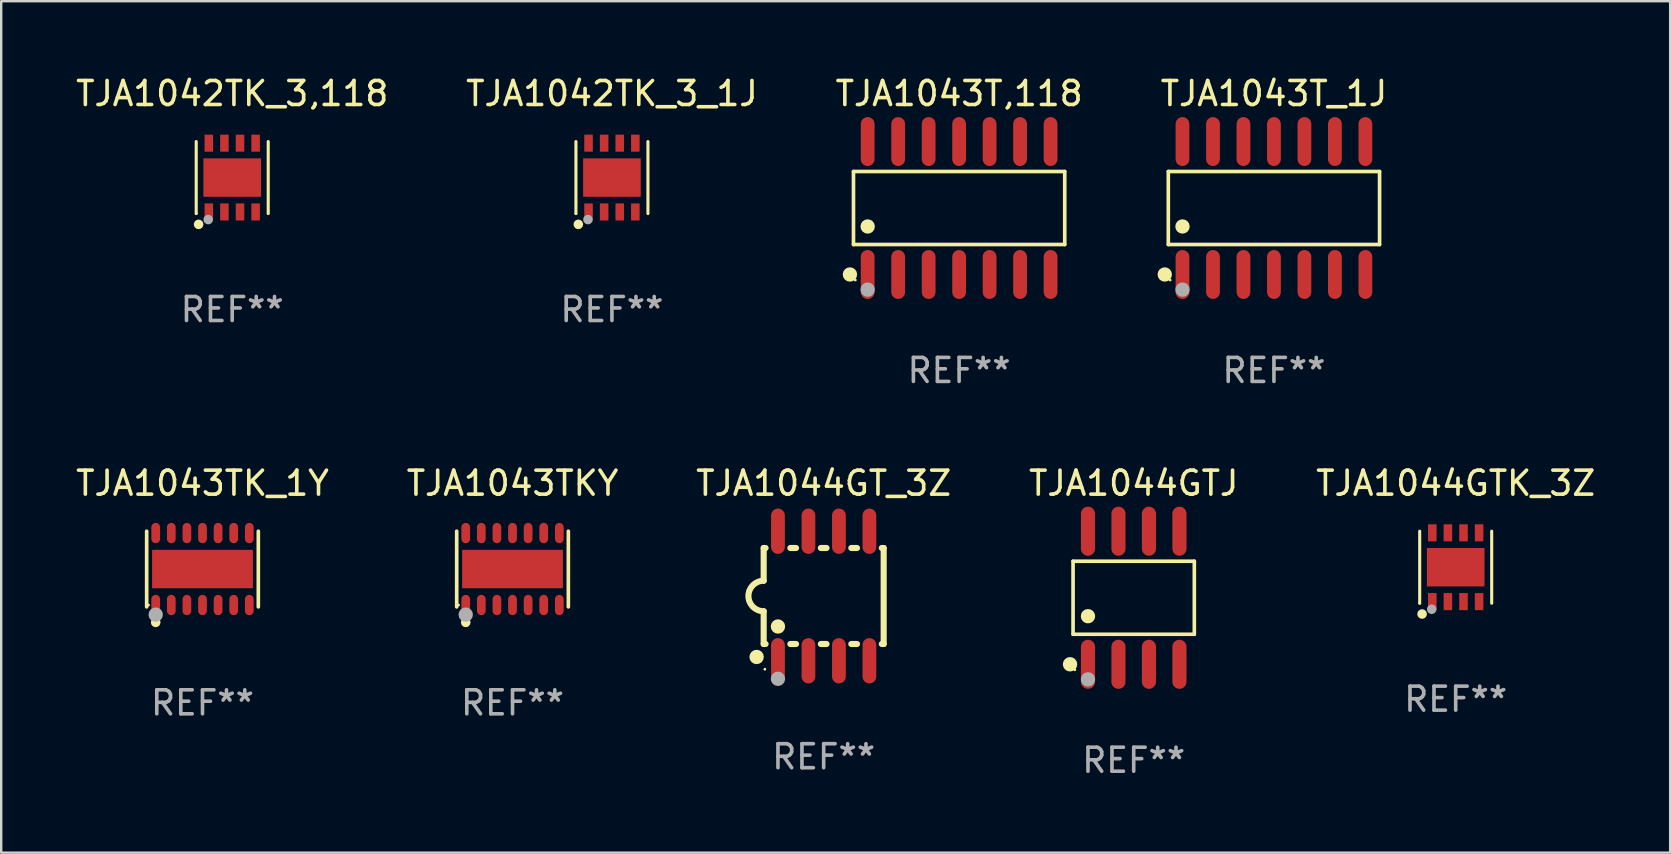
<source format=kicad_pcb>
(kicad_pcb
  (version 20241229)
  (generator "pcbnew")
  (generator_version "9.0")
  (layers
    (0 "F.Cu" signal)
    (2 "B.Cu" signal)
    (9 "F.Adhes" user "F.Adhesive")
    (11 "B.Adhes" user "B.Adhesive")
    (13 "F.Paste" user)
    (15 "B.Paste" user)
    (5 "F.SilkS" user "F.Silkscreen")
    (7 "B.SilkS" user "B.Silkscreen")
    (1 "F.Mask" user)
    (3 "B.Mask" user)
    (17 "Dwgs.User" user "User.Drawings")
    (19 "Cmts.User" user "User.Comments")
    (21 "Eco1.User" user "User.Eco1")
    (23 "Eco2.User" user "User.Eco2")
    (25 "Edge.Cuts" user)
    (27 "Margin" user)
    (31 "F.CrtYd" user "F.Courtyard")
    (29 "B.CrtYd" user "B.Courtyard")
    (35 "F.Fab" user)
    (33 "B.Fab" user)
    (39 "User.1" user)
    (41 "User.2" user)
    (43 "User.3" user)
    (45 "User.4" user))
  (footprint "TJA1042TK_3_1J"
    (layer "F.Cu")
    (at 22.446 4.348)
    (property "Reference" "TJA1042TK_3_1J" (at 0 -3.5 0) (layer "F.SilkS") (effects (font (size 1 1) (thickness 0.15))))
    (attr through_hole)
    (fp_line (start -1.5 1.5) (end -1.5 -1.5) (stroke (width 0.129) (type solid)) (layer "F.SilkS"))
    (fp_line (start 1.5 -1.5) (end 1.5 1.5) (stroke (width 0.129) (type solid)) (layer "F.SilkS"))
    (fp_circle (center -1.5 1.5) (end -1.47 1.5) (stroke (width 0.06) (type solid)) (fill no) (layer "F.SilkS"))
    (fp_circle (center -1.4 1.95) (end -1.3 1.95) (stroke (width 0.2) (type solid)) (fill no) (layer "F.SilkS"))
    (fp_circle (center -1 1.75) (end -0.9 1.75) (stroke (width 0.2) (type solid)) (fill no) (layer "F.Fab"))
    (fp_text user "REF**" (at 0 5.5 0) (layer "F.Fab") (effects (font (size 1 1) (thickness 0.15))))
    (pad "1" smd rect (at -0.975 1.433) (size 0.356 0.711) (layers "F.Cu" "F.Mask" "F.Paste"))
    (pad "2" smd rect (at -0.325 1.433) (size 0.356 0.711) (layers "F.Cu" "F.Mask" "F.Paste"))
    (pad "3" smd rect (at 0.325 1.433) (size 0.356 0.711) (layers "F.Cu" "F.Mask" "F.Paste"))
    (pad "4" smd rect (at 0.975 1.433) (size 0.356 0.711) (layers "F.Cu" "F.Mask" "F.Paste"))
    (pad "5" smd rect (at 0.975 -1.433) (size 0.356 0.711) (layers "F.Cu" "F.Mask" "F.Paste"))
    (pad "6" smd rect (at 0.325 -1.433) (size 0.356 0.711) (layers "F.Cu" "F.Mask" "F.Paste"))
    (pad "7" smd rect (at -0.325 -1.433) (size 0.356 0.711) (layers "F.Cu" "F.Mask" "F.Paste"))
    (pad "8" smd rect (at -0.975 -1.433) (size 0.356 0.711) (layers "F.Cu" "F.Mask" "F.Paste"))
    (pad "9" smd rect (at 0 0) (size 2.4 1.6) (layers "F.Cu" "F.Mask" "F.Paste")))
  (footprint "TJA1042TK_3,118"
    (layer "F.Cu")
    (at 6.625 4.348)
    (property "Reference" "TJA1042TK_3,118" (at 0 -3.5 0) (layer "F.SilkS") (effects (font (size 1 1) (thickness 0.15))))
    (attr through_hole)
    (fp_line (start -1.5 1.5) (end -1.5 -1.5) (stroke (width 0.129) (type solid)) (layer "F.SilkS"))
    (fp_line (start 1.5 -1.5) (end 1.5 1.5) (stroke (width 0.129) (type solid)) (layer "F.SilkS"))
    (fp_circle (center -1.5 1.5) (end -1.47 1.5) (stroke (width 0.06) (type solid)) (fill no) (layer "F.SilkS"))
    (fp_circle (center -1.4 1.95) (end -1.3 1.95) (stroke (width 0.2) (type solid)) (fill no) (layer "F.SilkS"))
    (fp_circle (center -1 1.75) (end -0.9 1.75) (stroke (width 0.2) (type solid)) (fill no) (layer "F.Fab"))
    (fp_text user "REF**" (at 0 5.5 0) (layer "F.Fab") (effects (font (size 1 1) (thickness 0.15))))
    (pad "1" smd rect (at -0.975 1.433) (size 0.356 0.711) (layers "F.Cu" "F.Mask" "F.Paste"))
    (pad "2" smd rect (at -0.325 1.433) (size 0.356 0.711) (layers "F.Cu" "F.Mask" "F.Paste"))
    (pad "3" smd rect (at 0.325 1.433) (size 0.356 0.711) (layers "F.Cu" "F.Mask" "F.Paste"))
    (pad "4" smd rect (at 0.975 1.433) (size 0.356 0.711) (layers "F.Cu" "F.Mask" "F.Paste"))
    (pad "5" smd rect (at 0.975 -1.433) (size 0.356 0.711) (layers "F.Cu" "F.Mask" "F.Paste"))
    (pad "6" smd rect (at 0.325 -1.433) (size 0.356 0.711) (layers "F.Cu" "F.Mask" "F.Paste"))
    (pad "7" smd rect (at -0.325 -1.433) (size 0.356 0.711) (layers "F.Cu" "F.Mask" "F.Paste"))
    (pad "8" smd rect (at -0.975 -1.433) (size 0.356 0.711) (layers "F.Cu" "F.Mask" "F.Paste"))
    (pad "9" smd rect (at 0 0) (size 2.4 1.6) (layers "F.Cu" "F.Mask" "F.Paste")))
  (footprint "TJA1044GTJ"
    (layer "F.Cu")
    (at 44.185 21.855)
    (property "Reference" "TJA1044GTJ" (at 0 -4.772 0) (layer "F.SilkS") (effects (font (size 1 1) (thickness 0.15))))
    (attr through_hole)
    (fp_line (start -2.526 -1.521) (end 2.526 -1.521) (stroke (width 0.152) (type solid)) (layer "F.SilkS"))
    (fp_line (start -2.526 1.521) (end -2.526 -1.521) (stroke (width 0.152) (type solid)) (layer "F.SilkS"))
    (fp_line (start 2.526 -1.521) (end 2.526 1.521) (stroke (width 0.152) (type solid)) (layer "F.SilkS"))
    (fp_line (start 2.526 1.521) (end -2.526 1.521) (stroke (width 0.152) (type solid)) (layer "F.SilkS"))
    (fp_circle (center -2.652 2.772) (end -2.501 2.772) (stroke (width 0.3) (type solid)) (fill no) (layer "F.SilkS"))
    (fp_circle (center -2.45 3) (end -2.42 3) (stroke (width 0.06) (type solid)) (fill no) (layer "F.SilkS"))
    (fp_circle (center -1.905 0.769) (end -1.755 0.769) (stroke (width 0.3) (type solid)) (fill no) (layer "F.SilkS"))
    (fp_circle (center -1.905 3.4) (end -1.755 3.4) (stroke (width 0.3) (type solid)) (fill no) (layer "F.Fab"))
    (fp_text user "REF**" (at 0 6.772 0) (layer "F.Fab") (effects (font (size 1 1) (thickness 0.15))))
    (pad "1" smd oval (at -1.905 2.772) (size 0.588 2.045) (layers "F.Cu" "F.Mask" "F.Paste"))
    (pad "2" smd oval (at -0.635 2.772) (size 0.588 2.045) (layers "F.Cu" "F.Mask" "F.Paste"))
    (pad "3" smd oval (at 0.635 2.772) (size 0.588 2.045) (layers "F.Cu" "F.Mask" "F.Paste"))
    (pad "4" smd oval (at 1.905 2.772) (size 0.588 2.045) (layers "F.Cu" "F.Mask" "F.Paste"))
    (pad "5" smd oval (at 1.905 -2.772) (size 0.588 2.045) (layers "F.Cu" "F.Mask" "F.Paste"))
    (pad "6" smd oval (at 0.635 -2.772) (size 0.588 2.045) (layers "F.Cu" "F.Mask" "F.Paste"))
    (pad "7" smd oval (at -0.635 -2.772) (size 0.588 2.045) (layers "F.Cu" "F.Mask" "F.Paste"))
    (pad "8" smd oval (at -1.905 -2.772) (size 0.588 2.045) (layers "F.Cu" "F.Mask" "F.Paste")))
  (footprint "TJA1043T,118"
    (layer "F.Cu")
    (at 36.911 5.617)
    (property "Reference" "TJA1043T,118" (at 0 -4.769 0) (layer "F.SilkS") (effects (font (size 1 1) (thickness 0.15))))
    (attr through_hole)
    (fp_line (start -4.401 -1.521) (end 4.401 -1.521) (stroke (width 0.152) (type solid)) (layer "F.SilkS"))
    (fp_line (start -4.401 1.521) (end -4.401 -1.521) (stroke (width 0.152) (type solid)) (layer "F.SilkS"))
    (fp_line (start 4.401 -1.521) (end 4.401 1.521) (stroke (width 0.152) (type solid)) (layer "F.SilkS"))
    (fp_line (start 4.401 1.521) (end -4.401 1.521) (stroke (width 0.152) (type solid)) (layer "F.SilkS"))
    (fp_circle (center -4.549 2.769) (end -4.399 2.769) (stroke (width 0.3) (type solid)) (fill no) (layer "F.SilkS"))
    (fp_circle (center -4.325 3) (end -4.295 3) (stroke (width 0.06) (type solid)) (fill no) (layer "F.SilkS"))
    (fp_circle (center -3.81 0.769) (end -3.66 0.769) (stroke (width 0.3) (type solid)) (fill no) (layer "F.SilkS"))
    (fp_circle (center -3.81 3.4) (end -3.66 3.4) (stroke (width 0.3) (type solid)) (fill no) (layer "F.Fab"))
    (fp_text user "REF**" (at 0 6.769 0) (layer "F.Fab") (effects (font (size 1 1) (thickness 0.15))))
    (pad "1" smd oval (at -3.81 2.769) (size 0.574 2.038) (layers "F.Cu" "F.Mask" "F.Paste"))
    (pad "2" smd oval (at -2.54 2.769) (size 0.574 2.038) (layers "F.Cu" "F.Mask" "F.Paste"))
    (pad "3" smd oval (at -1.27 2.769) (size 0.574 2.038) (layers "F.Cu" "F.Mask" "F.Paste"))
    (pad "4" smd oval (at 0 2.769) (size 0.574 2.038) (layers "F.Cu" "F.Mask" "F.Paste"))
    (pad "5" smd oval (at 1.27 2.769) (size 0.574 2.038) (layers "F.Cu" "F.Mask" "F.Paste"))
    (pad "6" smd oval (at 2.54 2.769) (size 0.574 2.038) (layers "F.Cu" "F.Mask" "F.Paste"))
    (pad "7" smd oval (at 3.81 2.769) (size 0.574 2.038) (layers "F.Cu" "F.Mask" "F.Paste"))
    (pad "8" smd oval (at 3.81 -2.769) (size 0.574 2.038) (layers "F.Cu" "F.Mask" "F.Paste"))
    (pad "9" smd oval (at 2.54 -2.769) (size 0.574 2.038) (layers "F.Cu" "F.Mask" "F.Paste"))
    (pad "10" smd oval (at 1.27 -2.769) (size 0.574 2.038) (layers "F.Cu" "F.Mask" "F.Paste"))
    (pad "11" smd oval (at 0 -2.769) (size 0.574 2.038) (layers "F.Cu" "F.Mask" "F.Paste"))
    (pad "12" smd oval (at -1.27 -2.769) (size 0.574 2.038) (layers "F.Cu" "F.Mask" "F.Paste"))
    (pad "13" smd oval (at -2.54 -2.769) (size 0.574 2.038) (layers "F.Cu" "F.Mask" "F.Paste"))
    (pad "14" smd oval (at -3.81 -2.769) (size 0.574 2.038) (layers "F.Cu" "F.Mask" "F.Paste")))
  (footprint "TJA1043TKY"
    (layer "F.Cu")
    (at 18.304 20.659)
    (property "Reference" "TJA1043TKY" (at 0 -3.576 0) (layer "F.SilkS") (effects (font (size 1 1) (thickness 0.15))))
    (attr through_hole)
    (fp_line (start -2.326 1.576) (end -2.326 -1.576) (stroke (width 0.152) (type solid)) (layer "F.SilkS"))
    (fp_line (start 2.326 -1.576) (end 2.326 1.576) (stroke (width 0.152) (type solid)) (layer "F.SilkS"))
    (fp_circle (center -2.25 1.5) (end -2.22 1.5) (stroke (width 0.06) (type solid)) (fill no) (layer "F.SilkS"))
    (fp_circle (center -1.95 2.222) (end -1.85 2.222) (stroke (width 0.2) (type solid)) (fill no) (layer "F.SilkS"))
    (fp_circle (center -1.95 1.9) (end -1.8 1.9) (stroke (width 0.3) (type solid)) (fill no) (layer "F.Fab"))
    (fp_text user "REF**" (at 0 5.576 0) (layer "F.Fab") (effects (font (size 1 1) (thickness 0.15))))
    (pad "1" smd oval (at -1.95 1.499) (size 0.364 0.847) (layers "F.Cu" "F.Mask" "F.Paste"))
    (pad "2" smd oval (at -1.3 1.499) (size 0.364 0.847) (layers "F.Cu" "F.Mask" "F.Paste"))
    (pad "3" smd oval (at -0.65 1.499) (size 0.364 0.847) (layers "F.Cu" "F.Mask" "F.Paste"))
    (pad "4" smd oval (at 0 1.499) (size 0.364 0.847) (layers "F.Cu" "F.Mask" "F.Paste"))
    (pad "5" smd oval (at 0.65 1.499) (size 0.364 0.847) (layers "F.Cu" "F.Mask" "F.Paste"))
    (pad "6" smd oval (at 1.3 1.499) (size 0.364 0.847) (layers "F.Cu" "F.Mask" "F.Paste"))
    (pad "7" smd oval (at 1.95 1.499) (size 0.364 0.847) (layers "F.Cu" "F.Mask" "F.Paste"))
    (pad "8" smd oval (at 1.95 -1.499) (size 0.364 0.847) (layers "F.Cu" "F.Mask" "F.Paste"))
    (pad "9" smd oval (at 1.3 -1.499) (size 0.364 0.847) (layers "F.Cu" "F.Mask" "F.Paste"))
    (pad "10" smd oval (at 0.65 -1.499) (size 0.364 0.847) (layers "F.Cu" "F.Mask" "F.Paste"))
    (pad "11" smd oval (at 0 -1.499) (size 0.364 0.847) (layers "F.Cu" "F.Mask" "F.Paste"))
    (pad "12" smd oval (at -0.65 -1.499) (size 0.364 0.847) (layers "F.Cu" "F.Mask" "F.Paste"))
    (pad "13" smd oval (at -1.3 -1.499) (size 0.364 0.847) (layers "F.Cu" "F.Mask" "F.Paste"))
    (pad "14" smd oval (at -1.95 -1.499) (size 0.364 0.847) (layers "F.Cu" "F.Mask" "F.Paste"))
    (pad "15" smd rect (at 0 0) (size 4.2 1.6) (layers "F.Cu" "F.Mask" "F.Paste")))
  (footprint "TJA1044GTK_3Z"
    (layer "F.Cu")
    (at 57.601 20.583)
    (property "Reference" "TJA1044GTK_3Z" (at 0 -3.5 0) (layer "F.SilkS") (effects (font (size 1 1) (thickness 0.15))))
    (attr through_hole)
    (fp_line (start -1.5 1.5) (end -1.5 -1.5) (stroke (width 0.129) (type solid)) (layer "F.SilkS"))
    (fp_line (start 1.5 -1.5) (end 1.5 1.5) (stroke (width 0.129) (type solid)) (layer "F.SilkS"))
    (fp_circle (center -1.5 1.5) (end -1.47 1.5) (stroke (width 0.06) (type solid)) (fill no) (layer "F.SilkS"))
    (fp_circle (center -1.4 1.95) (end -1.3 1.95) (stroke (width 0.2) (type solid)) (fill no) (layer "F.SilkS"))
    (fp_circle (center -1 1.75) (end -0.9 1.75) (stroke (width 0.2) (type solid)) (fill no) (layer "F.Fab"))
    (fp_text user "REF**" (at 0 5.5 0) (layer "F.Fab") (effects (font (size 1 1) (thickness 0.15))))
    (pad "1" smd rect (at -0.975 1.433) (size 0.356 0.711) (layers "F.Cu" "F.Mask" "F.Paste"))
    (pad "2" smd rect (at -0.325 1.433) (size 0.356 0.711) (layers "F.Cu" "F.Mask" "F.Paste"))
    (pad "3" smd rect (at 0.325 1.433) (size 0.356 0.711) (layers "F.Cu" "F.Mask" "F.Paste"))
    (pad "4" smd rect (at 0.975 1.433) (size 0.356 0.711) (layers "F.Cu" "F.Mask" "F.Paste"))
    (pad "5" smd rect (at 0.975 -1.433) (size 0.356 0.711) (layers "F.Cu" "F.Mask" "F.Paste"))
    (pad "6" smd rect (at 0.325 -1.433) (size 0.356 0.711) (layers "F.Cu" "F.Mask" "F.Paste"))
    (pad "7" smd rect (at -0.325 -1.433) (size 0.356 0.711) (layers "F.Cu" "F.Mask" "F.Paste"))
    (pad "8" smd rect (at -0.975 -1.433) (size 0.356 0.711) (layers "F.Cu" "F.Mask" "F.Paste"))
    (pad "9" smd rect (at 0 0) (size 2.4 1.6) (layers "F.Cu" "F.Mask" "F.Paste")))
  (footprint "TJA1043TK_1Y"
    (layer "F.Cu")
    (at 5.387 20.659)
    (property "Reference" "TJA1043TK_1Y" (at 0 -3.576 0) (layer "F.SilkS") (effects (font (size 1 1) (thickness 0.15))))
    (attr through_hole)
    (fp_line (start -2.326 1.576) (end -2.326 -1.576) (stroke (width 0.152) (type solid)) (layer "F.SilkS"))
    (fp_line (start 2.326 -1.576) (end 2.326 1.576) (stroke (width 0.152) (type solid)) (layer "F.SilkS"))
    (fp_circle (center -2.25 1.5) (end -2.22 1.5) (stroke (width 0.06) (type solid)) (fill no) (layer "F.SilkS"))
    (fp_circle (center -1.95 2.222) (end -1.85 2.222) (stroke (width 0.2) (type solid)) (fill no) (layer "F.SilkS"))
    (fp_circle (center -1.95 1.9) (end -1.8 1.9) (stroke (width 0.3) (type solid)) (fill no) (layer "F.Fab"))
    (fp_text user "REF**" (at 0 5.576 0) (layer "F.Fab") (effects (font (size 1 1) (thickness 0.15))))
    (pad "1" smd oval (at -1.95 1.499) (size 0.364 0.847) (layers "F.Cu" "F.Mask" "F.Paste"))
    (pad "2" smd oval (at -1.3 1.499) (size 0.364 0.847) (layers "F.Cu" "F.Mask" "F.Paste"))
    (pad "3" smd oval (at -0.65 1.499) (size 0.364 0.847) (layers "F.Cu" "F.Mask" "F.Paste"))
    (pad "4" smd oval (at 0 1.499) (size 0.364 0.847) (layers "F.Cu" "F.Mask" "F.Paste"))
    (pad "5" smd oval (at 0.65 1.499) (size 0.364 0.847) (layers "F.Cu" "F.Mask" "F.Paste"))
    (pad "6" smd oval (at 1.3 1.499) (size 0.364 0.847) (layers "F.Cu" "F.Mask" "F.Paste"))
    (pad "7" smd oval (at 1.95 1.499) (size 0.364 0.847) (layers "F.Cu" "F.Mask" "F.Paste"))
    (pad "8" smd oval (at 1.95 -1.499) (size 0.364 0.847) (layers "F.Cu" "F.Mask" "F.Paste"))
    (pad "9" smd oval (at 1.3 -1.499) (size 0.364 0.847) (layers "F.Cu" "F.Mask" "F.Paste"))
    (pad "10" smd oval (at 0.65 -1.499) (size 0.364 0.847) (layers "F.Cu" "F.Mask" "F.Paste"))
    (pad "11" smd oval (at 0 -1.499) (size 0.364 0.847) (layers "F.Cu" "F.Mask" "F.Paste"))
    (pad "12" smd oval (at -0.65 -1.499) (size 0.364 0.847) (layers "F.Cu" "F.Mask" "F.Paste"))
    (pad "13" smd oval (at -1.3 -1.499) (size 0.364 0.847) (layers "F.Cu" "F.Mask" "F.Paste"))
    (pad "14" smd oval (at -1.95 -1.499) (size 0.364 0.847) (layers "F.Cu" "F.Mask" "F.Paste"))
    (pad "15" smd rect (at 0 0) (size 4.2 1.6) (layers "F.Cu" "F.Mask" "F.Paste")))
  (footprint "TJA1044GT_3Z"
    (layer "F.Cu")
    (at 31.268 21.782)
    (property "Reference" "TJA1044GT_3Z" (at 0 -4.699 0) (layer "F.SilkS") (effects (font (size 1 1) (thickness 0.15))))
    (attr through_hole)
    (fp_line (start -2.5 -2) (end -2.5 -0.635) (stroke (width 0.254) (type solid)) (layer "F.SilkS"))
    (fp_line (start -2.5 -2) (end -2.421 -2) (stroke (width 0.254) (type solid)) (layer "F.SilkS"))
    (fp_line (start -2.5 2) (end -2.5 0.635) (stroke (width 0.254) (type solid)) (layer "F.SilkS"))
    (fp_line (start -2.5 2) (end -2.421 2) (stroke (width 0.254) (type solid)) (layer "F.SilkS"))
    (fp_line (start -1.389 -2) (end -1.151 -2) (stroke (width 0.254) (type solid)) (layer "F.SilkS"))
    (fp_line (start -1.389 2) (end -1.151 2) (stroke (width 0.254) (type solid)) (layer "F.SilkS"))
    (fp_line (start -0.119 -2) (end 0.119 -2) (stroke (width 0.254) (type solid)) (layer "F.SilkS"))
    (fp_line (start -0.119 2) (end 0.119 2) (stroke (width 0.254) (type solid)) (layer "F.SilkS"))
    (fp_line (start 1.151 -2) (end 1.389 -2) (stroke (width 0.254) (type solid)) (layer "F.SilkS"))
    (fp_line (start 1.151 2) (end 1.389 2) (stroke (width 0.254) (type solid)) (layer "F.SilkS"))
    (fp_line (start 2.421 -2) (end 2.5 -2) (stroke (width 0.254) (type solid)) (layer "F.SilkS"))
    (fp_line (start 2.421 2) (end 2.5 2) (stroke (width 0.254) (type solid)) (layer "F.SilkS"))
    (fp_line (start 2.5 -2) (end 2.5 2) (stroke (width 0.254) (type solid)) (layer "F.SilkS"))
    (fp_arc (start -2.5 0.635001) (mid -3.134366 -0.000318) (end -2.499365 -0.635001) (stroke (width 0.254001) (type solid)) (layer "F.SilkS"))
    (fp_circle (center -2.794 2.54) (end -2.644 2.54) (stroke (width 0.3) (type solid)) (fill no) (layer "F.SilkS"))
    (fp_circle (center -2.45 3.05) (end -2.42 3.05) (stroke (width 0.06) (type solid)) (fill no) (layer "F.SilkS"))
    (fp_circle (center -1.905 1.27) (end -1.755 1.27) (stroke (width 0.3) (type solid)) (fill no) (layer "F.SilkS"))
    (fp_circle (center -1.905 3.45) (end -1.755 3.45) (stroke (width 0.3) (type solid)) (fill no) (layer "F.Fab"))
    (fp_text user "REF**" (at 0 6.699 0) (layer "F.Fab") (effects (font (size 1 1) (thickness 0.15))))
    (pad "1" smd oval (at -1.905 2.699) (size 0.574 1.888) (layers "F.Cu" "F.Mask" "F.Paste"))
    (pad "2" smd oval (at -0.635 2.699) (size 0.574 1.888) (layers "F.Cu" "F.Mask" "F.Paste"))
    (pad "3" smd oval (at 0.635 2.699) (size 0.574 1.888) (layers "F.Cu" "F.Mask" "F.Paste"))
    (pad "4" smd oval (at 1.905 2.699) (size 0.574 1.888) (layers "F.Cu" "F.Mask" "F.Paste"))
    (pad "5" smd oval (at 1.905 -2.699) (size 0.574 1.888) (layers "F.Cu" "F.Mask" "F.Paste"))
    (pad "6" smd oval (at 0.635 -2.699) (size 0.574 1.888) (layers "F.Cu" "F.Mask" "F.Paste"))
    (pad "7" smd oval (at -0.635 -2.699) (size 0.574 1.888) (layers "F.Cu" "F.Mask" "F.Paste"))
    (pad "8" smd oval (at -1.905 -2.699) (size 0.574 1.888) (layers "F.Cu" "F.Mask" "F.Paste")))
  (footprint "TJA1043T_1J"
    (layer "F.Cu")
    (at 50.028 5.617)
    (property "Reference" "TJA1043T_1J" (at 0 -4.769 0) (layer "F.SilkS") (effects (font (size 1 1) (thickness 0.15))))
    (attr through_hole)
    (fp_line (start -4.401 -1.521) (end 4.401 -1.521) (stroke (width 0.152) (type solid)) (layer "F.SilkS"))
    (fp_line (start -4.401 1.521) (end -4.401 -1.521) (stroke (width 0.152) (type solid)) (layer "F.SilkS"))
    (fp_line (start 4.401 -1.521) (end 4.401 1.521) (stroke (width 0.152) (type solid)) (layer "F.SilkS"))
    (fp_line (start 4.401 1.521) (end -4.401 1.521) (stroke (width 0.152) (type solid)) (layer "F.SilkS"))
    (fp_circle (center -4.549 2.769) (end -4.399 2.769) (stroke (width 0.3) (type solid)) (fill no) (layer "F.SilkS"))
    (fp_circle (center -4.325 3) (end -4.295 3) (stroke (width 0.06) (type solid)) (fill no) (layer "F.SilkS"))
    (fp_circle (center -3.81 0.769) (end -3.66 0.769) (stroke (width 0.3) (type solid)) (fill no) (layer "F.SilkS"))
    (fp_circle (center -3.81 3.4) (end -3.66 3.4) (stroke (width 0.3) (type solid)) (fill no) (layer "F.Fab"))
    (fp_text user "REF**" (at 0 6.769 0) (layer "F.Fab") (effects (font (size 1 1) (thickness 0.15))))
    (pad "1" smd oval (at -3.81 2.769) (size 0.574 2.038) (layers "F.Cu" "F.Mask" "F.Paste"))
    (pad "2" smd oval (at -2.54 2.769) (size 0.574 2.038) (layers "F.Cu" "F.Mask" "F.Paste"))
    (pad "3" smd oval (at -1.27 2.769) (size 0.574 2.038) (layers "F.Cu" "F.Mask" "F.Paste"))
    (pad "4" smd oval (at 0 2.769) (size 0.574 2.038) (layers "F.Cu" "F.Mask" "F.Paste"))
    (pad "5" smd oval (at 1.27 2.769) (size 0.574 2.038) (layers "F.Cu" "F.Mask" "F.Paste"))
    (pad "6" smd oval (at 2.54 2.769) (size 0.574 2.038) (layers "F.Cu" "F.Mask" "F.Paste"))
    (pad "7" smd oval (at 3.81 2.769) (size 0.574 2.038) (layers "F.Cu" "F.Mask" "F.Paste"))
    (pad "8" smd oval (at 3.81 -2.769) (size 0.574 2.038) (layers "F.Cu" "F.Mask" "F.Paste"))
    (pad "9" smd oval (at 2.54 -2.769) (size 0.574 2.038) (layers "F.Cu" "F.Mask" "F.Paste"))
    (pad "10" smd oval (at 1.27 -2.769) (size 0.574 2.038) (layers "F.Cu" "F.Mask" "F.Paste"))
    (pad "11" smd oval (at 0 -2.769) (size 0.574 2.038) (layers "F.Cu" "F.Mask" "F.Paste"))
    (pad "12" smd oval (at -1.27 -2.769) (size 0.574 2.038) (layers "F.Cu" "F.Mask" "F.Paste"))
    (pad "13" smd oval (at -2.54 -2.769) (size 0.574 2.038) (layers "F.Cu" "F.Mask" "F.Paste"))
    (pad "14" smd oval (at -3.81 -2.769) (size 0.574 2.038) (layers "F.Cu" "F.Mask" "F.Paste")))
  (gr_rect
    (start -3 -3)
    (end 66.536 32.476)
    (stroke (width 0.1) (type default))
    (fill no)
    (layer "Edge.Cuts")))
</source>
